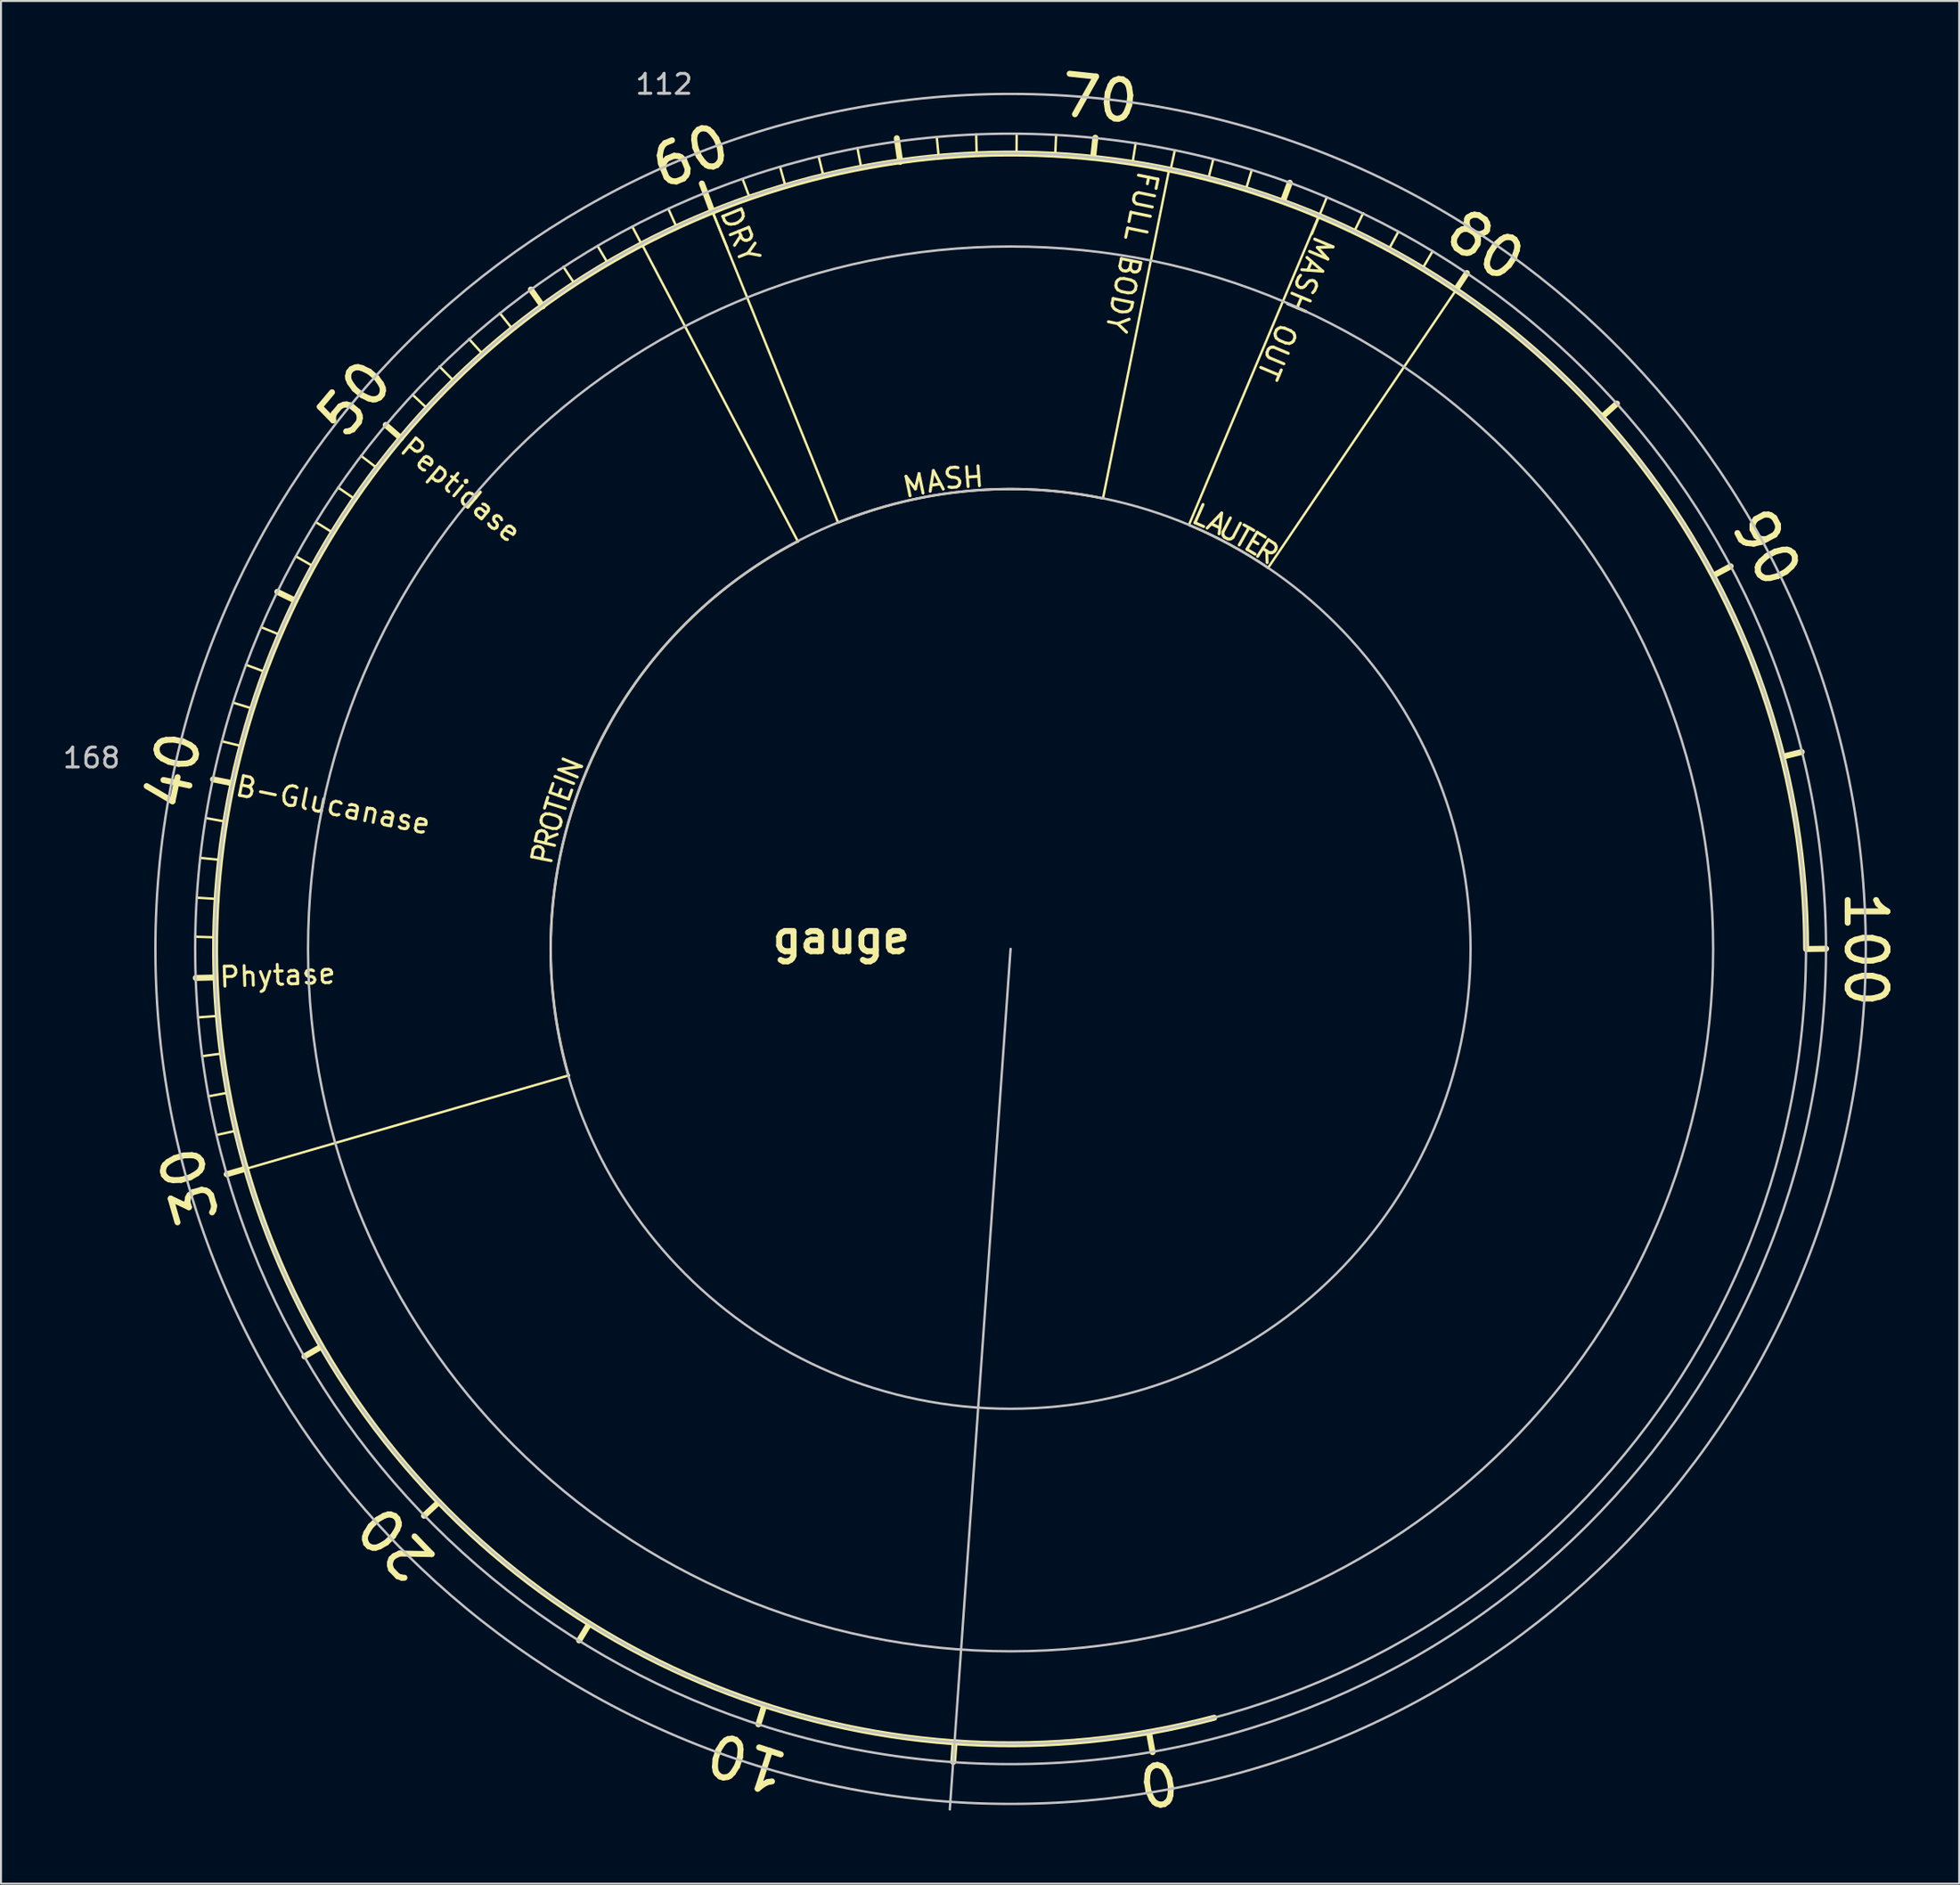
<source format=kicad_pcb>
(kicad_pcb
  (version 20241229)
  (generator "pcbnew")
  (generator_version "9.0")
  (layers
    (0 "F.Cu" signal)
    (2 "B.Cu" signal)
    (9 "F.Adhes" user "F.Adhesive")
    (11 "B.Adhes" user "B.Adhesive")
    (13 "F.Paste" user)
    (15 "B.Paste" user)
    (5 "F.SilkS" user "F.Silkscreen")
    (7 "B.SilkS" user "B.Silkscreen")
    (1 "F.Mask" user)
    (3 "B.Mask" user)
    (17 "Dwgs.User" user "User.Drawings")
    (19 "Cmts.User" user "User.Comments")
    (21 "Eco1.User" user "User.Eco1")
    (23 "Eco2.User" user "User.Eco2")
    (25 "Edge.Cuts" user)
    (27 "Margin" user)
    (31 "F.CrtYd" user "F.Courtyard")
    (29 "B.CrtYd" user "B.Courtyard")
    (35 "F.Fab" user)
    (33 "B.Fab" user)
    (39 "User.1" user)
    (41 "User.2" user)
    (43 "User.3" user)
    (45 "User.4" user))
  (footprint "gauge"
    (layer "F.Cu")
    (at 47.764 44.673)
    (property "Reference" "gauge" (at -8.517 -0.574 0) (layer "F.SilkS") (effects (font (size 1.524 1.524) (thickness 0.3))))
    (attr through_hole)
    (fp_line (start -40.988 -0.612) (end -40.035 -0.582) (stroke (width 0.12) (type solid)) (layer "F.SilkS"))
    (fp_line (start -40.97 1.46) (end -40.015 1.438) (stroke (width 0.3) (type solid)) (layer "F.SilkS"))
    (fp_line (start -40.917 -2.576) (end -39.875 -2.512) (stroke (width 0.12) (type solid)) (layer "F.SilkS"))
    (fp_line (start -40.739 -4.577) (end -39.733 -4.478) (stroke (width 0.12) (type solid)) (layer "F.SilkS"))
    (fp_line (start -40.645 5.395) (end -39.652 5.26) (stroke (width 0.12) (type solid)) (layer "F.SilkS"))
    (fp_line (start -40.419 -6.574) (end -39.54 -6.413) (stroke (width 0.12) (type solid)) (layer "F.SilkS"))
    (fp_line (start -40.33 7.412) (end -39.312 7.226) (stroke (width 0.12) (type solid)) (layer "F.SilkS"))
    (fp_line (start -40.102 -8.527) (end -39.144 -8.336) (stroke (width 0.3) (type solid)) (layer "F.SilkS"))
    (fp_line (start -39.924 3.376) (end -40.846 3.444) (stroke (width 0.12) (type solid)) (layer "F.SilkS"))
    (fp_line (start -39.911 9.355) (end -38.981 9.152) (stroke (width 0.12) (type solid)) (layer "F.SilkS"))
    (fp_line (start -39.416 11.333) (end -38.468 11.059) (stroke (width 0.3) (type solid)) (layer "F.SilkS"))
    (fp_line (start -38.694 -10.206) (end -39.639 -10.437) (stroke (width 0.12) (type solid)) (layer "F.SilkS"))
    (fp_line (start -38.44 -14.287) (end -37.457 -13.922) (stroke (width 0.12) (type solid)) (layer "F.SilkS"))
    (fp_line (start -38.143 -12.093) (end -39.091 -12.385) (stroke (width 0.12) (type solid)) (layer "F.SilkS"))
    (fp_line (start -36.871 -17.958) (end -35.977 -17.521) (stroke (width 0.3) (type solid)) (layer "F.SilkS"))
    (fp_line (start -36.782 -15.812) (end -37.671 -16.177) (stroke (width 0.12) (type solid)) (layer "F.SilkS"))
    (fp_line (start -35.931 -19.741) (end -35.1 -19.263) (stroke (width 0.12) (type solid)) (layer "F.SilkS"))
    (fp_line (start -35.507 20.493) (end -34.674 20.013) (stroke (width 0.3) (type solid)) (layer "F.SilkS"))
    (fp_line (start -34.925 -21.458) (end -34.077 -20.93) (stroke (width 0.12) (type solid)) (layer "F.SilkS"))
    (fp_line (start -33.812 -23.205) (end -32.987 -22.634) (stroke (width 0.12) (type solid)) (layer "F.SilkS"))
    (fp_line (start -32.657 -24.795) (end -31.859 -24.186) (stroke (width 0.12) (type solid)) (layer "F.SilkS"))
    (fp_line (start -31.42 -26.35) (end -30.655 -25.684) (stroke (width 0.3) (type solid)) (layer "F.SilkS"))
    (fp_line (start -30.069 -27.871) (end -29.39 -27.236) (stroke (width 0.12) (type solid)) (layer "F.SilkS"))
    (fp_line (start -29.494 28.509) (end -28.753 27.821) (stroke (width 0.3) (type solid)) (layer "F.SilkS"))
    (fp_line (start -28.712 -29.289) (end -27.988 -28.557) (stroke (width 0.12) (type solid)) (layer "F.SilkS"))
    (fp_line (start -27.229 -30.673) (end -26.543 -29.914) (stroke (width 0.12) (type solid)) (layer "F.SilkS"))
    (fp_line (start -25.682 -31.971) (end -25.039 -31.166) (stroke (width 0.12) (type solid)) (layer "F.SilkS"))
    (fp_line (start -23.523 -32.316) (end -24.122 -33.162) (stroke (width 0.3) (type solid)) (layer "F.SilkS"))
    (fp_line (start -22.484 -34.303) (end -21.933 -33.467) (stroke (width 0.12) (type solid)) (layer "F.SilkS"))
    (fp_line (start -22.2 6.355) (end -38.458 11.064) (stroke (width 0.12) (type solid)) (layer "F.SilkS"))
    (fp_line (start -21.694 34.78) (end -21.189 33.947) (stroke (width 0.3) (type solid)) (layer "F.SilkS"))
    (fp_line (start -20.762 -35.344) (end -20.295 -34.557) (stroke (width 0.12) (type solid)) (layer "F.SilkS"))
    (fp_line (start -19.022 -36.327) (end -18.552 -35.438) (stroke (width 0.12) (type solid)) (layer "F.SilkS"))
    (fp_line (start -18.562 -35.484) (end -10.688 -20.483) (stroke (width 0.12) (type solid)) (layer "F.SilkS"))
    (fp_line (start -17.209 -37.221) (end -16.787 -36.284) (stroke (width 0.12) (type solid)) (layer "F.SilkS"))
    (fp_line (start -15.083 -37.308) (end -8.697 -21.499) (stroke (width 0.12) (type solid)) (layer "F.SilkS"))
    (fp_line (start -15.004 -37.102) (end -15.524 -38.494) (stroke (width 0.3) (type solid)) (layer "F.SilkS"))
    (fp_line (start -14.237 -35.237) (end -15.225 -37.661) (stroke (width 0.12) (type solid)) (layer "F.SilkS"))
    (fp_line (start -13.47 -38.707) (end -13.109 -37.752) (stroke (width 0.12) (type solid)) (layer "F.SilkS"))
    (fp_line (start -12.68 38.997) (end -12.383 38.042) (stroke (width 0.3) (type solid)) (layer "F.SilkS"))
    (fp_line (start -11.593 -39.337) (end -11.298 -38.283) (stroke (width 0.12) (type solid)) (layer "F.SilkS"))
    (fp_line (start -9.649 -39.842) (end -9.408 -38.854) (stroke (width 0.12) (type solid)) (layer "F.SilkS"))
    (fp_line (start -7.699 -40.269) (end -7.498 -39.23) (stroke (width 0.12) (type solid)) (layer "F.SilkS"))
    (fp_line (start -5.55 -39.581) (end -5.723 -40.77) (stroke (width 0.3) (type solid)) (layer "F.SilkS"))
    (fp_line (start -3.711 -40.828) (end -3.609 -39.771) (stroke (width 0.12) (type solid)) (layer "F.SilkS"))
    (fp_line (start -2.819 39.98) (end -2.885 40.891) (stroke (width 0.3) (type solid)) (layer "F.SilkS"))
    (fp_line (start -1.73 -40.965) (end -1.709 -40.051) (stroke (width 0.12) (type solid)) (layer "F.SilkS"))
    (fp_line (start 0.307 -40.988) (end 0.3 -40.01) (stroke (width 0.12) (type solid)) (layer "F.SilkS"))
    (fp_line (start 2.289 -40.93) (end 2.245 -39.924) (stroke (width 0.12) (type solid)) (layer "F.SilkS"))
    (fp_line (start 4.15 -39.789) (end 4.26 -40.797) (stroke (width 0.3) (type solid)) (layer "F.SilkS"))
    (fp_line (start 6.144 -39.611) (end 6.289 -40.523) (stroke (width 0.12) (type solid)) (layer "F.SilkS"))
    (fp_line (start 6.955 39.39) (end 7.14 40.396) (stroke (width 0.3) (type solid)) (layer "F.SilkS"))
    (fp_line (start 7.981 -39.24) (end 4.648 -22.664) (stroke (width 0.12) (type solid)) (layer "F.SilkS"))
    (fp_line (start 8.26 -40.17) (end 8.057 -39.238) (stroke (width 0.12) (type solid)) (layer "F.SilkS"))
    (fp_line (start 10.19 -39.71) (end 9.949 -38.755) (stroke (width 0.12) (type solid)) (layer "F.SilkS"))
    (fp_line (start 12.126 -39.174) (end 11.841 -38.227) (stroke (width 0.12) (type solid)) (layer "F.SilkS"))
    (fp_line (start 13.701 -37.62) (end 14.039 -38.534) (stroke (width 0.3) (type solid)) (layer "F.SilkS"))
    (fp_line (start 15.527 -36.932) (end 8.974 -21.339) (stroke (width 0.12) (type solid)) (layer "F.SilkS"))
    (fp_line (start 15.895 -37.788) (end 15.151 -35.956) (stroke (width 0.12) (type solid)) (layer "F.SilkS"))
    (fp_line (start 17.727 -37) (end 17.267 -36.053) (stroke (width 0.12) (type solid)) (layer "F.SilkS"))
    (fp_line (start 19.494 -36.06) (end 19.02 -35.189) (stroke (width 0.12) (type solid)) (layer "F.SilkS"))
    (fp_line (start 21.222 -35.09) (end 20.726 -34.242) (stroke (width 0.12) (type solid)) (layer "F.SilkS"))
    (fp_line (start 22.41 -33.183) (end 22.944 -33.99) (stroke (width 0.3) (type solid)) (layer "F.SilkS"))
    (fp_line (start 22.461 -33.228) (end 12.941 -19.154) (stroke (width 0.12) (type solid)) (layer "F.SilkS"))
    (fp_line (start 29.733 -26.754) (end 30.488 -27.427) (stroke (width 0.3) (type solid)) (layer "F.SilkS"))
    (fp_line (start 35.367 -18.793) (end 36.205 -19.241) (stroke (width 0.3) (type solid)) (layer "F.SilkS"))
    (fp_line (start 38.837 -9.672) (end 39.779 -9.903) (stroke (width 0.3) (type solid)) (layer "F.SilkS"))
    (fp_line (start 40.051 0.005) (end 41.006 -0.008) (stroke (width 0.3) (type solid)) (layer "F.SilkS"))
    (fp_arc (start -22.220288 6.384585) (mid -21.24721 -9.113737) (end -10.68832 -20.50034) (stroke (width 0.12) (type solid)) (layer "F.SilkS"))
    (fp_arc (start -8.664659 -21.442697) (mid -2.101622 -23.031473) (end 4.64058 -22.6568) (stroke (width 0.12) (type solid)) (layer "F.SilkS"))
    (fp_arc (start 8.988417 -21.311614) (mid 11.019703 -20.335749) (end 12.94638 -19.16684) (stroke (width 0.12) (type solid)) (layer "F.SilkS"))
    (fp_arc (start 10.23874 38.66642) (mid -31.695958 -24.398567) (end 39.999048 0.005074) (stroke (width 0.3) (type solid)) (layer "F.SilkS"))
    (fp_line (start 0 0) (end -3.056 43.277) (stroke (width 0.12) (type solid)) (layer "Dwgs.User"))
    (fp_circle (center -0.005 -0.015) (end 39.995 -0.015) (stroke (width 0.12) (type solid)) (fill no) (layer "Dwgs.User"))
    (fp_circle (center 0 0) (end 23.128 0) (stroke (width 0.12) (type solid)) (fill no) (layer "Dwgs.User"))
    (fp_circle (center 0 0) (end 35.325 0) (stroke (width 0.12) (type solid)) (fill no) (layer "Dwgs.User"))
    (fp_circle (center 0 0) (end 41 0) (stroke (width 0.12) (type solid)) (fill no) (layer "Dwgs.User"))
    (fp_circle (center 0 0) (end 43 0) (stroke (width 0.12) (type solid)) (fill no) (layer "Dwgs.User"))
    (fp_text user "90" (at 37.976 -20.163 298) (unlocked yes) (layer "F.SilkS") (effects (font (size 2 2) (thickness 0.3))))
    (fp_text user "E" (at 12.301 -20.378 329) (unlocked yes) (layer "F.SilkS") (effects (font (size 1 1) (thickness 0.15))))
    (fp_text user "0" (at 7.475 42.131 10) (layer "F.SilkS") (effects (font (size 2 2) (thickness 0.3))))
    (fp_text user "R" (at -23.312 -5.57 76.5) (unlocked yes) (layer "F.SilkS") (effects (font (size 1 1) (thickness 0.15))))
    (fp_text user "M" (at -4.821 -23.302 11.7) (unlocked yes) (layer "F.SilkS") (effects (font (size 1 1) (thickness 0.15))))
    (fp_text user "MASH OUT" (at 14.326 -32.228 247.2) (unlocked yes) (layer "F.SilkS") (effects (font (size 1 1) (thickness 0.15))))
    (fp_text user "T" (at 11.717 -20.711 330.7) (unlocked yes) (layer "F.SilkS") (effects (font (size 1 1) (thickness 0.15))))
    (fp_text user "T" (at -22.83 -7.198 73.1) (unlocked yes) (layer "F.SilkS") (effects (font (size 1 1) (thickness 0.15))))
    (fp_text user "DRY" (at -13.602 -35.911 292) (unlocked yes) (layer "F.SilkS") (effects (font (size 1 1) (thickness 0.15))))
    (fp_text user "A" (at -3.79 -23.52 9.5) (unlocked yes) (layer "F.SilkS") (effects (font (size 1 1) (thickness 0.15))))
    (fp_text user "80" (at 23.876 -35.357 146) (layer "F.SilkS") (effects (font (size 2 2) (thickness 0.3))))
    (fp_text user "N" (at -22.189 -9.116 248) (unlocked yes) (layer "F.SilkS") (effects (font (size 1 1) (thickness 0.15))))
    (fp_text user "20" (at -30.889 29.903 134) (unlocked yes) (layer "F.SilkS") (effects (font (size 2 2) (thickness 0.3))))
    (fp_text user "70" (at 4.468 -42.761 174) (layer "F.SilkS") (effects (font (size 2 2) (thickness 0.3))))
    (fp_text user "S" (at -2.878 -23.764 186.8) (unlocked yes) (layer "F.SilkS") (effects (font (size 1 1) (thickness 0.15))))
    (fp_text user "50" (at -32.979 -27.658 230) (layer "F.SilkS") (effects (font (size 2 2) (thickness 0.3))))
    (fp_text user "30" (at -41.288 11.892 106) (unlocked yes) (layer "F.SilkS") (effects (font (size 2 2) (thickness 0.3))))
    (fp_text user "P" (at -23.495 -4.785 78.5) (unlocked yes) (layer "F.SilkS") (effects (font (size 1 1) (thickness 0.15))))
    (fp_text user "60" (at -16.086 -39.87 202) (layer "F.SilkS") (effects (font (size 2 2) (thickness 0.3))))
    (fp_text user "E" (at -22.581 -7.892 70.6) (unlocked yes) (layer "F.SilkS") (effects (font (size 1 1) (thickness 0.15))))
    (fp_text user "O" (at -23.152 -6.434 255.1) (unlocked yes) (layer "F.SilkS") (effects (font (size 1 1) (thickness 0.15))))
    (fp_text user "10" (at -13.287 40.904 162) (unlocked yes) (layer "F.SilkS") (effects (font (size 2 2) (thickness 0.3))))
    (fp_text user "L" (at 9.609 -21.783 336.3) (unlocked yes) (layer "F.SilkS") (effects (font (size 1 1) (thickness 0.15))))
    (fp_text user "R" (at 12.888 -19.982 327) (unlocked yes) (layer "F.SilkS") (effects (font (size 1 1) (thickness 0.15))))
    (fp_text user "I" (at -22.482 -8.514 249.3) (unlocked yes) (layer "F.SilkS") (effects (font (size 1 1) (thickness 0.15))))
    (fp_text user "FULL BODY" (at 6.101 -35.044 258.4) (unlocked yes) (layer "F.SilkS") (effects (font (size 1 1) (thickness 0.15))))
    (fp_text user "U" (at 11.052 -21.062 332.3) (unlocked yes) (layer "F.SilkS") (effects (font (size 1 1) (thickness 0.15))))
    (fp_text user "A" (at 10.378 -21.43 334.5) (unlocked yes) (layer "F.SilkS") (effects (font (size 1 1) (thickness 0.15))))
    (fp_text user "100" (at 43 0.018 270) (unlocked yes) (layer "F.SilkS") (effects (font (size 2 2) (thickness 0.3))))
    (fp_text user "40" (at -42.062 -8.966 258) (layer "F.SilkS") (effects (font (size 2 2) (thickness 0.3))))
    (fp_text user "Peptidase" (at -27.645 -23.091 140) (layer "F.SilkS") (effects (font (size 1 1) (thickness 0.15))))
    (fp_text user "H" (at -1.892 -23.82 184.3) (unlocked yes) (layer "F.SilkS") (effects (font (size 1 1) (thickness 0.15))))
    (fp_text user "B-Glucanase" (at -34.064 -7.236 168.5) (layer "F.SilkS") (effects (font (size 1 1) (thickness 0.15))))
    (fp_text user "Phytase" (at -36.855 1.326 182) (layer "F.SilkS") (effects (font (size 1 1) (thickness 0.15))))
    (fp_text user "168" (at -46.21 -9.606 0) (layer "Dwgs.User") (effects (font (size 1 1) (thickness 0.15))))
    (fp_text user "112" (at -17.422 -43.487 0) (layer "Dwgs.User") (effects (font (size 1 1) (thickness 0.15)))))
  (gr_rect
    (start -3 -3)
    (end 95.46 91.684)
    (stroke (width 0.1) (type default))
    (fill no)
    (layer "Edge.Cuts")))
</source>
